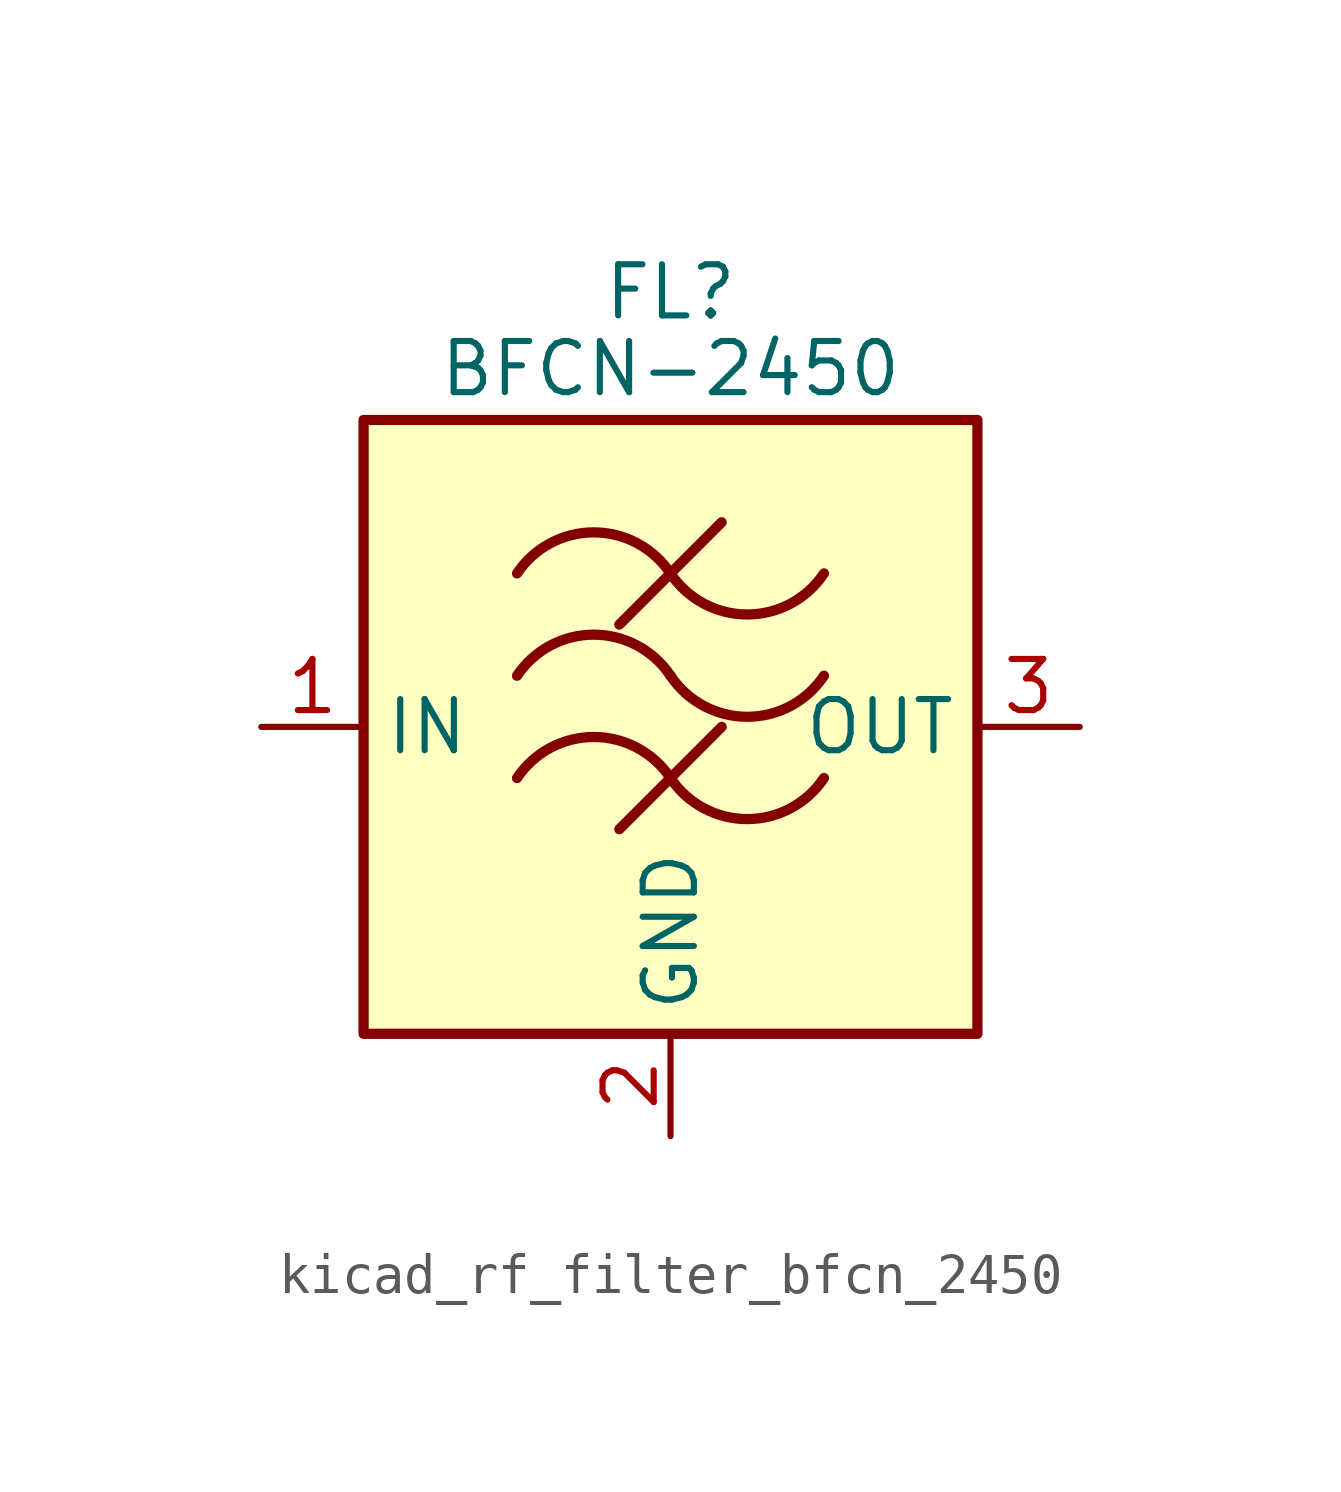
<source format=kicad_sym>
(kicad_symbol_lib
  (version 20220914)
  (generator kicad_symbol_editor)
  (symbol "kicad_rf_filter_bfcn_2450"
    (property "Reference" "FL"
      (at 0 10.795 0)
      (effects (font (size 1.27 1.27))))
    (property "Value" "BFCN-2450"
      (at 0 8.89 0)
      (effects (font (size 1.27 1.27))))
    (symbol "kicad_rf_filter_bfcn_2450_0_1"
      (rectangle (start -7.62 7.62) (end 7.62 -7.62) (stroke (width 0.254) (type default)) (fill (type background)))
      (arc (start 0 -1.27) (mid -1.905 -0.2505) (end -3.81 -1.27) (stroke (width 0.254) (type default)) (fill (type none)))
      (arc (start 0 -1.27) (mid 1.905 -2.2895) (end 3.81 -1.27) (stroke (width 0.254) (type default)) (fill (type none)))
      (polyline (pts (xy -1.27 -2.54) (xy 1.27 0)) (stroke (width 0.254) (type default)) (fill (type none)))
      (polyline (pts (xy -1.27 2.54) (xy 1.27 5.08)) (stroke (width 0.254) (type default)) (fill (type none)))
      (arc (start 0 1.27) (mid -1.905 2.2895) (end -3.81 1.27) (stroke (width 0.254) (type default)) (fill (type none)))
      (arc (start 0 1.27) (mid 1.905 0.2505) (end 3.81 1.27) (stroke (width 0.254) (type default)) (fill (type none)))
      (arc (start 0 3.81) (mid -1.905 4.8295) (end -3.81 3.81) (stroke (width 0.254) (type default)) (fill (type none)))
      (arc (start 0 3.81) (mid 1.905 2.7905) (end 3.81 3.81) (stroke (width 0.254) (type default)) (fill (type none))))
    (symbol "kicad_rf_filter_bfcn_2450_1_1"
      (pin passive line (at -10.16 0 0) (length 2.54) (name "IN" (effects (font (size 1.27 1.27)))) (number "1" (effects (font (size 1.27 1.27)))))
      (pin passive line (at 0 -10.16 90) (length 2.54) (name "GND" (effects (font (size 1.27 1.27)))) (number "2" (effects (font (size 1.27 1.27)))))
      (pin passive line (at 10.16 0 180) (length 2.54) (name "OUT" (effects (font (size 1.27 1.27)))) (number "3" (effects (font (size 1.27 1.27)))))
      (pin passive line (at 0 -10.16 90) (length 2.54) hide (name "GND" (effects (font (size 1.27 1.27)))) (number "4" (effects (font (size 1.27 1.27))))))))
</source>
